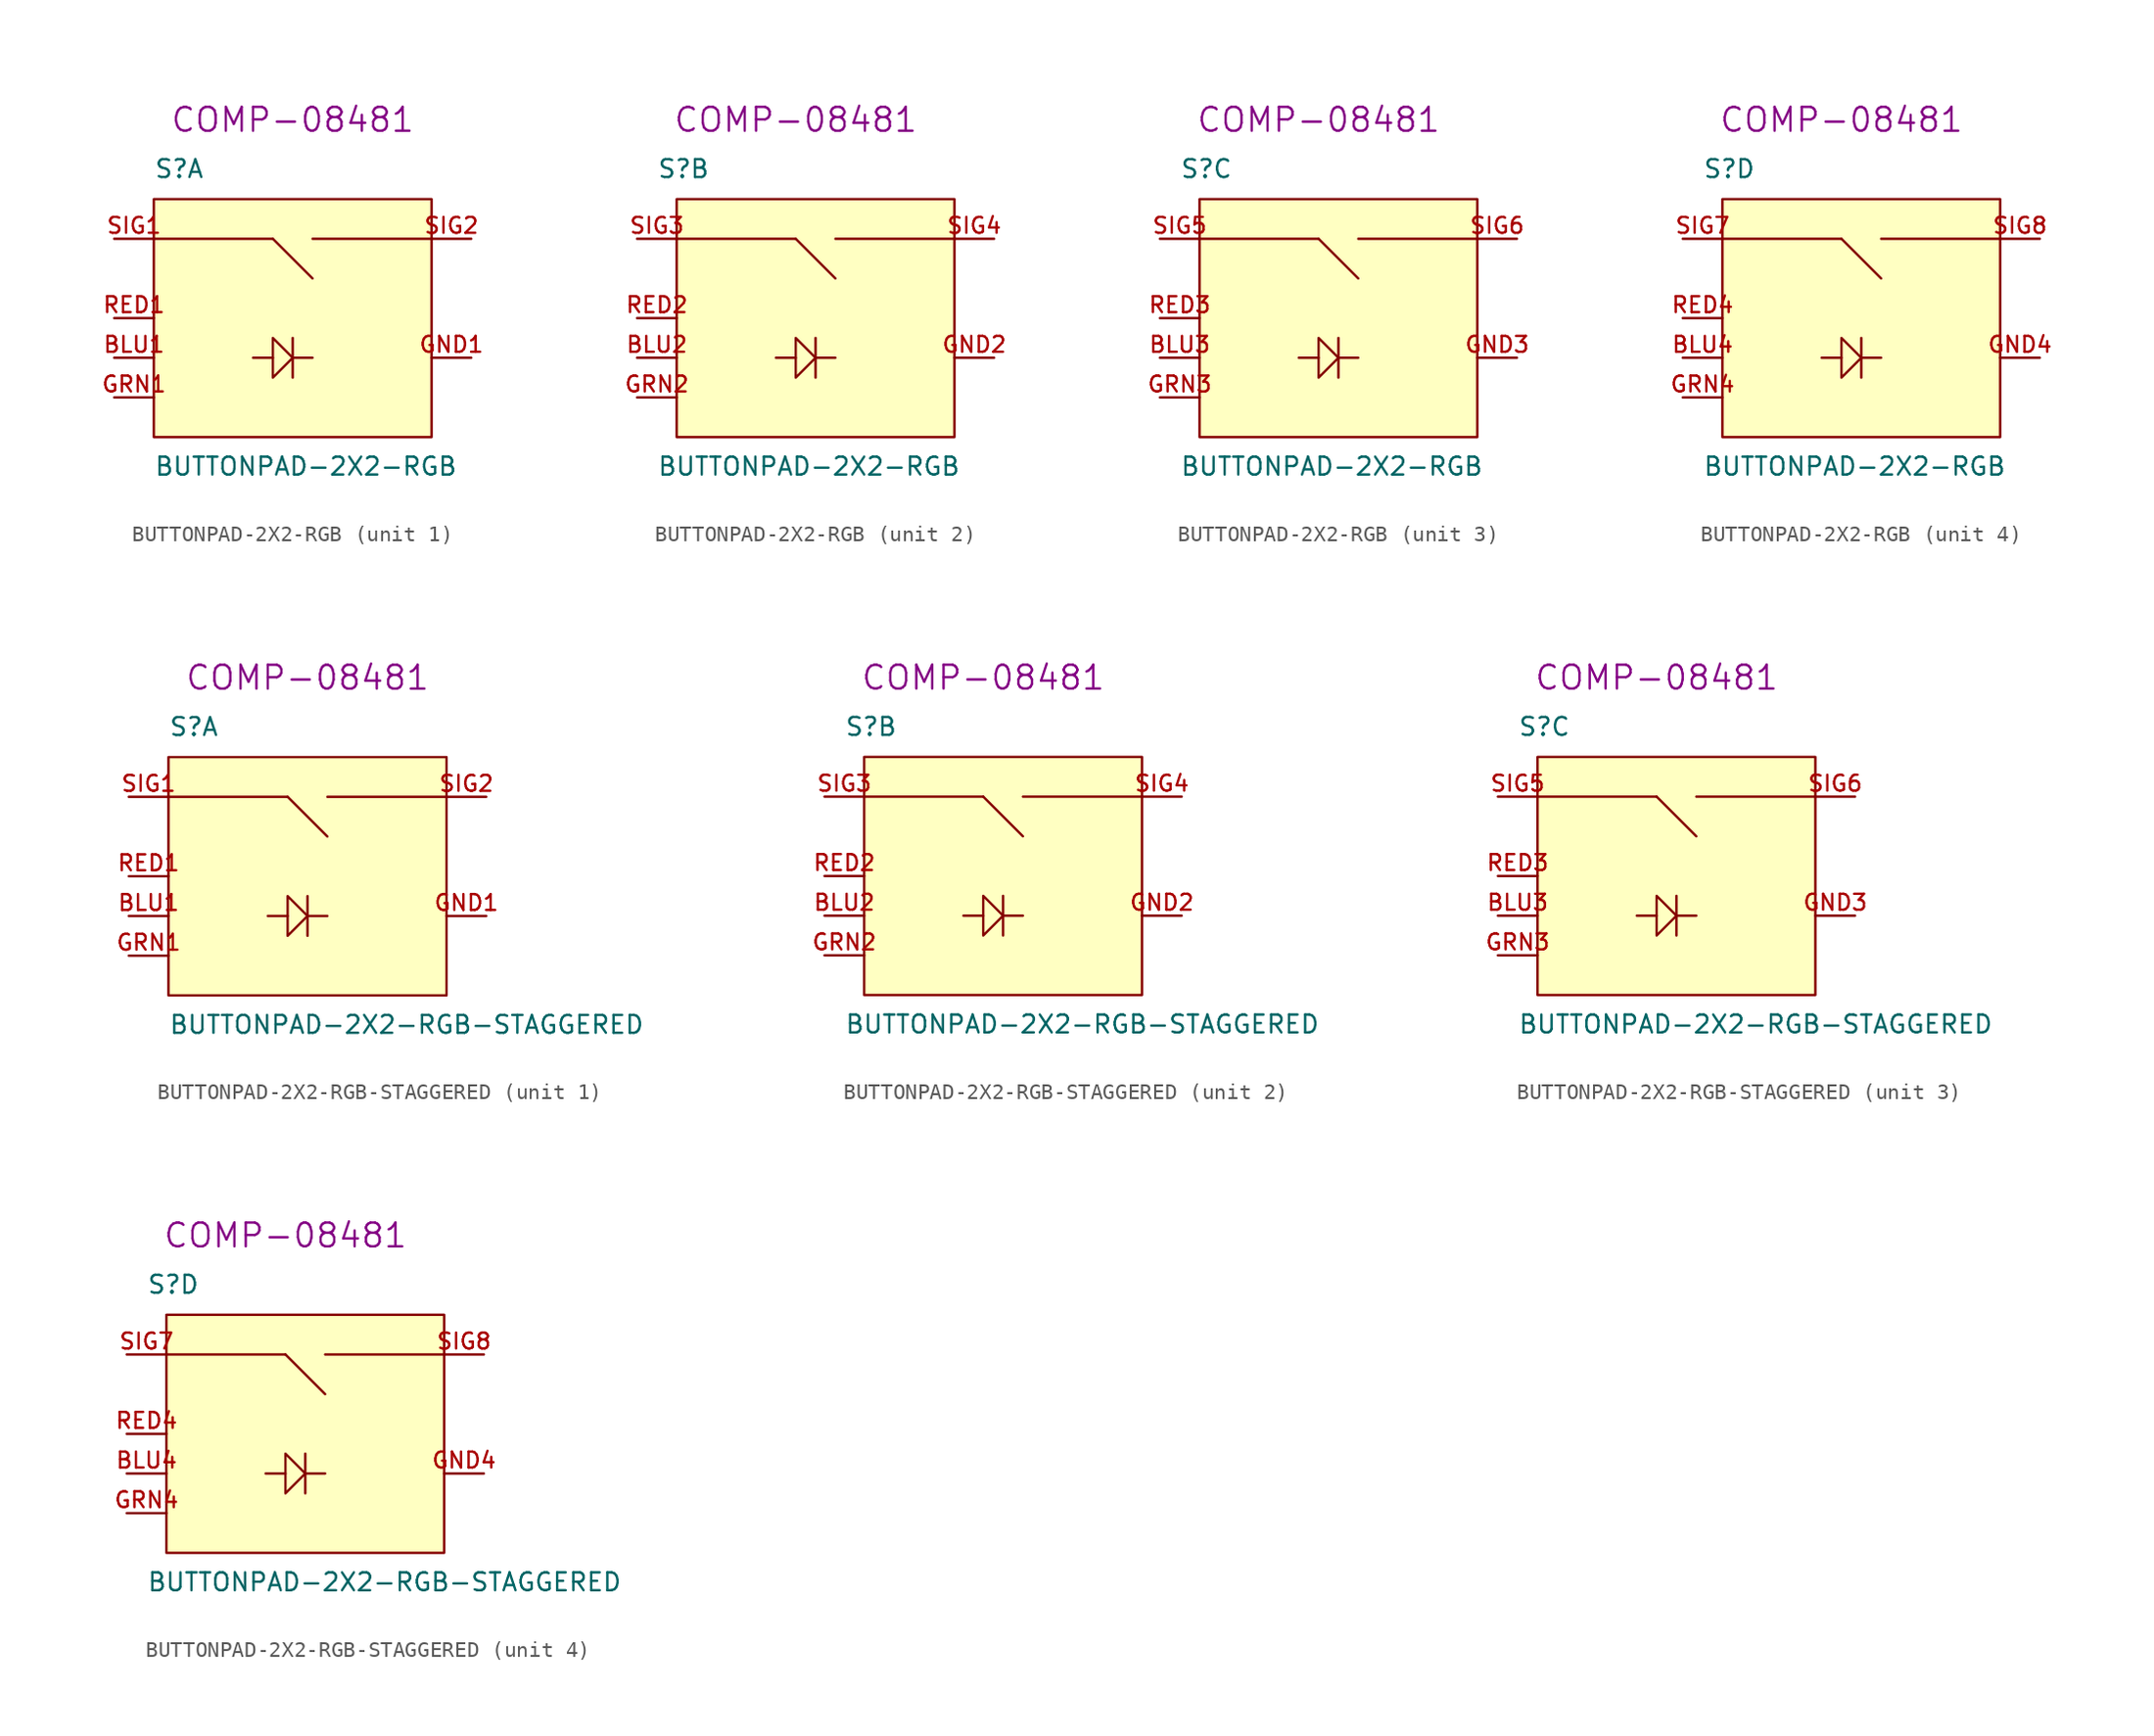
<source format=kicad_sym>
(kicad_symbol_lib
  (version 20201005)
  (generator kicad_symbol_editor)
  (symbol "BUTTONPAD-2X2-RGB"
    (pin_names
      (offset 1.016) hide)
    (property "Reference" "S"
      (at -8.89 8.89 0)
      (effects (font (size 1.143 1.143)) (justify left bottom)))
    (property "Value" "BUTTONPAD-2X2-RGB"
      (at -8.89 -10.16 0)
      (effects (font (size 1.143 1.143)) (justify left bottom)))
    (property "Field4" "COMP-08481"
      (at 0 12.7 0)
      (effects (font (size 1.524 1.524))))
    (property "ki_locked" ""
      (at 0 0 0)
      (effects (font (size 1.27 1.27))))
    (symbol "BUTTONPAD-2X2-RGB_1_0"
      (polyline (pts (xy -8.89 5.08) (xy -1.27 5.08)) (stroke (width 0)) (fill (type none)))
      (polyline (pts (xy -1.27 -2.54) (xy -2.54 -2.54)) (stroke (width 0)) (fill (type none)))
      (polyline (pts (xy -1.27 5.08) (xy 1.27 2.54)) (stroke (width 0)) (fill (type none)))
      (polyline (pts (xy 0 -2.54) (xy 0 -3.81)) (stroke (width 0)) (fill (type none)))
      (polyline (pts (xy 0 -2.54) (xy 1.27 -2.54)) (stroke (width 0)) (fill (type none)))
      (polyline (pts (xy 0 -1.27) (xy 0 -2.54)) (stroke (width 0)) (fill (type none)))
      (polyline (pts (xy 1.27 5.08) (xy 8.89 5.08)) (stroke (width 0)) (fill (type none))))
    (symbol "BUTTONPAD-2X2-RGB_1_1"
      (polyline (pts (xy -1.27 -1.27) (xy -1.27 -2.54) (xy -1.27 -3.81) (xy 0 -2.54) (xy -1.27 -1.27)) (stroke (width 0)) (fill (type background)))
      (polyline (pts (xy 8.89 7.62) (xy 8.89 5.08) (xy 8.89 -7.62) (xy -8.89 -7.62) (xy -8.89 5.08) (xy -8.89 7.62) (xy 8.89 7.62)) (stroke (width 0)) (fill (type background)))
      (pin bidirectional line (at -11.43 0 0) (length 2.54) (name "RED" (effects (font (size 1.016 1.016)))) (number "RED1" (effects (font (size 1.016 1.016)))))
      (pin bidirectional line (at 11.43 -2.54 180) (length 2.54) (name "GND" (effects (font (size 1.016 1.016)))) (number "GND1" (effects (font (size 1.016 1.016)))))
      (pin bidirectional line (at -11.43 5.08 0) (length 2.54) (name "SIG1" (effects (font (size 1.016 1.016)))) (number "SIG1" (effects (font (size 1.016 1.016)))))
      (pin bidirectional line (at -11.43 -5.08 0) (length 2.54) (name "GRN" (effects (font (size 1.016 1.016)))) (number "GRN1" (effects (font (size 1.016 1.016)))))
      (pin bidirectional line (at -11.43 -2.54 0) (length 2.54) (name "BLU" (effects (font (size 1.016 1.016)))) (number "BLU1" (effects (font (size 1.016 1.016)))))
      (pin bidirectional line (at 11.43 5.08 180) (length 2.54) (name "SIG2" (effects (font (size 1.016 1.016)))) (number "SIG2" (effects (font (size 1.016 1.016))))))
    (symbol "BUTTONPAD-2X2-RGB_2_0"
      (polyline (pts (xy -7.62 5.08) (xy 0 5.08)) (stroke (width 0)) (fill (type none)))
      (polyline (pts (xy 0 -2.54) (xy -1.27 -2.54)) (stroke (width 0)) (fill (type none)))
      (polyline (pts (xy 0 5.08) (xy 2.54 2.54)) (stroke (width 0)) (fill (type none)))
      (polyline (pts (xy 1.27 -2.54) (xy 1.27 -3.81)) (stroke (width 0)) (fill (type none)))
      (polyline (pts (xy 1.27 -2.54) (xy 2.54 -2.54)) (stroke (width 0)) (fill (type none)))
      (polyline (pts (xy 1.27 -1.27) (xy 1.27 -2.54)) (stroke (width 0)) (fill (type none)))
      (polyline (pts (xy 2.54 5.08) (xy 10.16 5.08)) (stroke (width 0)) (fill (type none))))
    (symbol "BUTTONPAD-2X2-RGB_2_1"
      (polyline (pts (xy 0 -1.27) (xy 0 -2.54) (xy 0 -3.81) (xy 1.27 -2.54) (xy 0 -1.27)) (stroke (width 0)) (fill (type background)))
      (polyline (pts (xy 10.16 7.62) (xy 10.16 5.08) (xy 10.16 -7.62) (xy -7.62 -7.62) (xy -7.62 5.08) (xy -7.62 7.62) (xy 10.16 7.62)) (stroke (width 0)) (fill (type background)))
      (pin bidirectional line (at -10.16 0 0) (length 2.54) (name "RED" (effects (font (size 1.016 1.016)))) (number "RED2" (effects (font (size 1.016 1.016)))))
      (pin bidirectional line (at 12.7 -2.54 180) (length 2.54) (name "GND" (effects (font (size 1.016 1.016)))) (number "GND2" (effects (font (size 1.016 1.016)))))
      (pin bidirectional line (at -10.16 -5.08 0) (length 2.54) (name "GRN" (effects (font (size 1.016 1.016)))) (number "GRN2" (effects (font (size 1.016 1.016)))))
      (pin bidirectional line (at -10.16 -2.54 0) (length 2.54) (name "BLU" (effects (font (size 1.016 1.016)))) (number "BLU2" (effects (font (size 1.016 1.016)))))
      (pin bidirectional line (at -10.16 5.08 0) (length 2.54) (name "SIG1" (effects (font (size 1.016 1.016)))) (number "SIG3" (effects (font (size 1.016 1.016)))))
      (pin bidirectional line (at 12.7 5.08 180) (length 2.54) (name "SIG2" (effects (font (size 1.016 1.016)))) (number "SIG4" (effects (font (size 1.016 1.016))))))
    (symbol "BUTTONPAD-2X2-RGB_3_0"
      (polyline (pts (xy -7.62 5.08) (xy 0 5.08)) (stroke (width 0)) (fill (type none)))
      (polyline (pts (xy 0 -2.54) (xy -1.27 -2.54)) (stroke (width 0)) (fill (type none)))
      (polyline (pts (xy 0 5.08) (xy 2.54 2.54)) (stroke (width 0)) (fill (type none)))
      (polyline (pts (xy 1.27 -2.54) (xy 1.27 -3.81)) (stroke (width 0)) (fill (type none)))
      (polyline (pts (xy 1.27 -2.54) (xy 2.54 -2.54)) (stroke (width 0)) (fill (type none)))
      (polyline (pts (xy 1.27 -1.27) (xy 1.27 -2.54)) (stroke (width 0)) (fill (type none)))
      (polyline (pts (xy 2.54 5.08) (xy 10.16 5.08)) (stroke (width 0)) (fill (type none))))
    (symbol "BUTTONPAD-2X2-RGB_3_1"
      (polyline (pts (xy 0 -1.27) (xy 0 -2.54) (xy 0 -3.81) (xy 1.27 -2.54) (xy 0 -1.27)) (stroke (width 0)) (fill (type background)))
      (polyline (pts (xy 10.16 7.62) (xy 10.16 5.08) (xy 10.16 -7.62) (xy -7.62 -7.62) (xy -7.62 5.08) (xy -7.62 7.62) (xy 10.16 7.62)) (stroke (width 0)) (fill (type background)))
      (pin bidirectional line (at -10.16 0 0) (length 2.54) (name "RED" (effects (font (size 1.016 1.016)))) (number "RED3" (effects (font (size 1.016 1.016)))))
      (pin bidirectional line (at 12.7 -2.54 180) (length 2.54) (name "GND" (effects (font (size 1.016 1.016)))) (number "GND3" (effects (font (size 1.016 1.016)))))
      (pin bidirectional line (at -10.16 -5.08 0) (length 2.54) (name "GRN" (effects (font (size 1.016 1.016)))) (number "GRN3" (effects (font (size 1.016 1.016)))))
      (pin bidirectional line (at -10.16 -2.54 0) (length 2.54) (name "BLU" (effects (font (size 1.016 1.016)))) (number "BLU3" (effects (font (size 1.016 1.016)))))
      (pin bidirectional line (at -10.16 5.08 0) (length 2.54) (name "SIG1" (effects (font (size 1.016 1.016)))) (number "SIG5" (effects (font (size 1.016 1.016)))))
      (pin bidirectional line (at 12.7 5.08 180) (length 2.54) (name "SIG2" (effects (font (size 1.016 1.016)))) (number "SIG6" (effects (font (size 1.016 1.016))))))
    (symbol "BUTTONPAD-2X2-RGB_4_0"
      (polyline (pts (xy -7.62 5.08) (xy 0 5.08)) (stroke (width 0)) (fill (type none)))
      (polyline (pts (xy 0 -2.54) (xy -1.27 -2.54)) (stroke (width 0)) (fill (type none)))
      (polyline (pts (xy 0 5.08) (xy 2.54 2.54)) (stroke (width 0)) (fill (type none)))
      (polyline (pts (xy 1.27 -2.54) (xy 1.27 -3.81)) (stroke (width 0)) (fill (type none)))
      (polyline (pts (xy 1.27 -2.54) (xy 2.54 -2.54)) (stroke (width 0)) (fill (type none)))
      (polyline (pts (xy 1.27 -1.27) (xy 1.27 -2.54)) (stroke (width 0)) (fill (type none)))
      (polyline (pts (xy 2.54 5.08) (xy 10.16 5.08)) (stroke (width 0)) (fill (type none))))
    (symbol "BUTTONPAD-2X2-RGB_4_1"
      (polyline (pts (xy 0 -1.27) (xy 0 -2.54) (xy 0 -3.81) (xy 1.27 -2.54) (xy 0 -1.27)) (stroke (width 0)) (fill (type background)))
      (polyline (pts (xy 10.16 7.62) (xy 10.16 5.08) (xy 10.16 -7.62) (xy -7.62 -7.62) (xy -7.62 5.08) (xy -7.62 7.62) (xy 10.16 7.62)) (stroke (width 0)) (fill (type background)))
      (pin bidirectional line (at -10.16 0 0) (length 2.54) (name "RED" (effects (font (size 1.016 1.016)))) (number "RED4" (effects (font (size 1.016 1.016)))))
      (pin bidirectional line (at 12.7 -2.54 180) (length 2.54) (name "GND" (effects (font (size 1.016 1.016)))) (number "GND4" (effects (font (size 1.016 1.016)))))
      (pin bidirectional line (at -10.16 -5.08 0) (length 2.54) (name "GRN" (effects (font (size 1.016 1.016)))) (number "GRN4" (effects (font (size 1.016 1.016)))))
      (pin bidirectional line (at -10.16 -2.54 0) (length 2.54) (name "BLU" (effects (font (size 1.016 1.016)))) (number "BLU4" (effects (font (size 1.016 1.016)))))
      (pin bidirectional line (at -10.16 5.08 0) (length 2.54) (name "SIG1" (effects (font (size 1.016 1.016)))) (number "SIG7" (effects (font (size 1.016 1.016)))))
      (pin bidirectional line (at 12.7 5.08 180) (length 2.54) (name "SIG2" (effects (font (size 1.016 1.016)))) (number "SIG8" (effects (font (size 1.016 1.016)))))))
  (symbol "BUTTONPAD-2X2-RGB-STAGGERED"
    (pin_names
      (offset 1.016) hide)
    (property "Reference" "S"
      (at -8.89 8.89 0)
      (effects (font (size 1.143 1.143)) (justify left bottom)))
    (property "Value" "BUTTONPAD-2X2-RGB-STAGGERED"
      (at -8.89 -10.16 0)
      (effects (font (size 1.143 1.143)) (justify left bottom)))
    (property "Field4" "COMP-08481"
      (at 0 12.7 0)
      (effects (font (size 1.524 1.524))))
    (property "ki_locked" ""
      (at 0 0 0)
      (effects (font (size 1.27 1.27))))
    (symbol "BUTTONPAD-2X2-RGB-STAGGERED_1_0"
      (polyline (pts (xy -8.89 5.08) (xy -1.27 5.08)) (stroke (width 0)) (fill (type none)))
      (polyline (pts (xy -1.27 -2.54) (xy -2.54 -2.54)) (stroke (width 0)) (fill (type none)))
      (polyline (pts (xy -1.27 5.08) (xy 1.27 2.54)) (stroke (width 0)) (fill (type none)))
      (polyline (pts (xy 0 -2.54) (xy 0 -3.81)) (stroke (width 0)) (fill (type none)))
      (polyline (pts (xy 0 -2.54) (xy 1.27 -2.54)) (stroke (width 0)) (fill (type none)))
      (polyline (pts (xy 0 -1.27) (xy 0 -2.54)) (stroke (width 0)) (fill (type none)))
      (polyline (pts (xy 1.27 5.08) (xy 8.89 5.08)) (stroke (width 0)) (fill (type none))))
    (symbol "BUTTONPAD-2X2-RGB-STAGGERED_1_1"
      (polyline (pts (xy -1.27 -1.27) (xy -1.27 -2.54) (xy -1.27 -3.81) (xy 0 -2.54) (xy -1.27 -1.27)) (stroke (width 0)) (fill (type background)))
      (polyline (pts (xy 8.89 7.62) (xy 8.89 5.08) (xy 8.89 -7.62) (xy -8.89 -7.62) (xy -8.89 5.08) (xy -8.89 7.62) (xy 8.89 7.62)) (stroke (width 0)) (fill (type background)))
      (pin bidirectional line (at -11.43 0 0) (length 2.54) (name "RED" (effects (font (size 1.016 1.016)))) (number "RED1" (effects (font (size 1.016 1.016)))))
      (pin bidirectional line (at 11.43 -2.54 180) (length 2.54) (name "GND" (effects (font (size 1.016 1.016)))) (number "GND1" (effects (font (size 1.016 1.016)))))
      (pin bidirectional line (at -11.43 5.08 0) (length 2.54) (name "SIG1" (effects (font (size 1.016 1.016)))) (number "SIG1" (effects (font (size 1.016 1.016)))))
      (pin bidirectional line (at -11.43 -5.08 0) (length 2.54) (name "GRN" (effects (font (size 1.016 1.016)))) (number "GRN1" (effects (font (size 1.016 1.016)))))
      (pin bidirectional line (at -11.43 -2.54 0) (length 2.54) (name "BLU" (effects (font (size 1.016 1.016)))) (number "BLU1" (effects (font (size 1.016 1.016)))))
      (pin bidirectional line (at 11.43 5.08 180) (length 2.54) (name "SIG2" (effects (font (size 1.016 1.016)))) (number "SIG2" (effects (font (size 1.016 1.016))))))
    (symbol "BUTTONPAD-2X2-RGB-STAGGERED_2_0"
      (polyline (pts (xy -7.62 5.08) (xy 0 5.08)) (stroke (width 0)) (fill (type none)))
      (polyline (pts (xy 0 -2.54) (xy -1.27 -2.54)) (stroke (width 0)) (fill (type none)))
      (polyline (pts (xy 0 5.08) (xy 2.54 2.54)) (stroke (width 0)) (fill (type none)))
      (polyline (pts (xy 1.27 -2.54) (xy 1.27 -3.81)) (stroke (width 0)) (fill (type none)))
      (polyline (pts (xy 1.27 -2.54) (xy 2.54 -2.54)) (stroke (width 0)) (fill (type none)))
      (polyline (pts (xy 1.27 -1.27) (xy 1.27 -2.54)) (stroke (width 0)) (fill (type none)))
      (polyline (pts (xy 2.54 5.08) (xy 10.16 5.08)) (stroke (width 0)) (fill (type none))))
    (symbol "BUTTONPAD-2X2-RGB-STAGGERED_2_1"
      (polyline (pts (xy 0 -1.27) (xy 0 -2.54) (xy 0 -3.81) (xy 1.27 -2.54) (xy 0 -1.27)) (stroke (width 0)) (fill (type background)))
      (polyline (pts (xy 10.16 7.62) (xy 10.16 5.08) (xy 10.16 -7.62) (xy -7.62 -7.62) (xy -7.62 5.08) (xy -7.62 7.62) (xy 10.16 7.62)) (stroke (width 0)) (fill (type background)))
      (pin bidirectional line (at -10.16 0 0) (length 2.54) (name "RED" (effects (font (size 1.016 1.016)))) (number "RED2" (effects (font (size 1.016 1.016)))))
      (pin bidirectional line (at 12.7 -2.54 180) (length 2.54) (name "GND" (effects (font (size 1.016 1.016)))) (number "GND2" (effects (font (size 1.016 1.016)))))
      (pin bidirectional line (at -10.16 -5.08 0) (length 2.54) (name "GRN" (effects (font (size 1.016 1.016)))) (number "GRN2" (effects (font (size 1.016 1.016)))))
      (pin bidirectional line (at -10.16 -2.54 0) (length 2.54) (name "BLU" (effects (font (size 1.016 1.016)))) (number "BLU2" (effects (font (size 1.016 1.016)))))
      (pin bidirectional line (at -10.16 5.08 0) (length 2.54) (name "SIG1" (effects (font (size 1.016 1.016)))) (number "SIG3" (effects (font (size 1.016 1.016)))))
      (pin bidirectional line (at 12.7 5.08 180) (length 2.54) (name "SIG2" (effects (font (size 1.016 1.016)))) (number "SIG4" (effects (font (size 1.016 1.016))))))
    (symbol "BUTTONPAD-2X2-RGB-STAGGERED_3_0"
      (polyline (pts (xy -7.62 5.08) (xy 0 5.08)) (stroke (width 0)) (fill (type none)))
      (polyline (pts (xy 0 -2.54) (xy -1.27 -2.54)) (stroke (width 0)) (fill (type none)))
      (polyline (pts (xy 0 5.08) (xy 2.54 2.54)) (stroke (width 0)) (fill (type none)))
      (polyline (pts (xy 1.27 -2.54) (xy 1.27 -3.81)) (stroke (width 0)) (fill (type none)))
      (polyline (pts (xy 1.27 -2.54) (xy 2.54 -2.54)) (stroke (width 0)) (fill (type none)))
      (polyline (pts (xy 1.27 -1.27) (xy 1.27 -2.54)) (stroke (width 0)) (fill (type none)))
      (polyline (pts (xy 2.54 5.08) (xy 10.16 5.08)) (stroke (width 0)) (fill (type none))))
    (symbol "BUTTONPAD-2X2-RGB-STAGGERED_3_1"
      (polyline (pts (xy 0 -1.27) (xy 0 -2.54) (xy 0 -3.81) (xy 1.27 -2.54) (xy 0 -1.27)) (stroke (width 0)) (fill (type background)))
      (polyline (pts (xy 10.16 7.62) (xy 10.16 5.08) (xy 10.16 -7.62) (xy -7.62 -7.62) (xy -7.62 5.08) (xy -7.62 7.62) (xy 10.16 7.62)) (stroke (width 0)) (fill (type background)))
      (pin bidirectional line (at -10.16 0 0) (length 2.54) (name "RED" (effects (font (size 1.016 1.016)))) (number "RED3" (effects (font (size 1.016 1.016)))))
      (pin bidirectional line (at 12.7 -2.54 180) (length 2.54) (name "GND" (effects (font (size 1.016 1.016)))) (number "GND3" (effects (font (size 1.016 1.016)))))
      (pin bidirectional line (at -10.16 -5.08 0) (length 2.54) (name "GRN" (effects (font (size 1.016 1.016)))) (number "GRN3" (effects (font (size 1.016 1.016)))))
      (pin bidirectional line (at -10.16 -2.54 0) (length 2.54) (name "BLU" (effects (font (size 1.016 1.016)))) (number "BLU3" (effects (font (size 1.016 1.016)))))
      (pin bidirectional line (at -10.16 5.08 0) (length 2.54) (name "SIG1" (effects (font (size 1.016 1.016)))) (number "SIG5" (effects (font (size 1.016 1.016)))))
      (pin bidirectional line (at 12.7 5.08 180) (length 2.54) (name "SIG2" (effects (font (size 1.016 1.016)))) (number "SIG6" (effects (font (size 1.016 1.016))))))
    (symbol "BUTTONPAD-2X2-RGB-STAGGERED_4_0"
      (polyline (pts (xy -7.62 5.08) (xy 0 5.08)) (stroke (width 0)) (fill (type none)))
      (polyline (pts (xy 0 -2.54) (xy -1.27 -2.54)) (stroke (width 0)) (fill (type none)))
      (polyline (pts (xy 0 5.08) (xy 2.54 2.54)) (stroke (width 0)) (fill (type none)))
      (polyline (pts (xy 1.27 -2.54) (xy 1.27 -3.81)) (stroke (width 0)) (fill (type none)))
      (polyline (pts (xy 1.27 -2.54) (xy 2.54 -2.54)) (stroke (width 0)) (fill (type none)))
      (polyline (pts (xy 1.27 -1.27) (xy 1.27 -2.54)) (stroke (width 0)) (fill (type none)))
      (polyline (pts (xy 2.54 5.08) (xy 10.16 5.08)) (stroke (width 0)) (fill (type none))))
    (symbol "BUTTONPAD-2X2-RGB-STAGGERED_4_1"
      (polyline (pts (xy 0 -1.27) (xy 0 -2.54) (xy 0 -3.81) (xy 1.27 -2.54) (xy 0 -1.27)) (stroke (width 0)) (fill (type background)))
      (polyline (pts (xy 10.16 7.62) (xy 10.16 5.08) (xy 10.16 -7.62) (xy -7.62 -7.62) (xy -7.62 5.08) (xy -7.62 7.62) (xy 10.16 7.62)) (stroke (width 0)) (fill (type background)))
      (pin bidirectional line (at -10.16 0 0) (length 2.54) (name "RED" (effects (font (size 1.016 1.016)))) (number "RED4" (effects (font (size 1.016 1.016)))))
      (pin bidirectional line (at 12.7 -2.54 180) (length 2.54) (name "GND" (effects (font (size 1.016 1.016)))) (number "GND4" (effects (font (size 1.016 1.016)))))
      (pin bidirectional line (at -10.16 -5.08 0) (length 2.54) (name "GRN" (effects (font (size 1.016 1.016)))) (number "GRN4" (effects (font (size 1.016 1.016)))))
      (pin bidirectional line (at -10.16 -2.54 0) (length 2.54) (name "BLU" (effects (font (size 1.016 1.016)))) (number "BLU4" (effects (font (size 1.016 1.016)))))
      (pin bidirectional line (at -10.16 5.08 0) (length 2.54) (name "SIG1" (effects (font (size 1.016 1.016)))) (number "SIG7" (effects (font (size 1.016 1.016)))))
      (pin bidirectional line (at 12.7 5.08 180) (length 2.54) (name "SIG2" (effects (font (size 1.016 1.016)))) (number "SIG8" (effects (font (size 1.016 1.016))))))))
</source>
